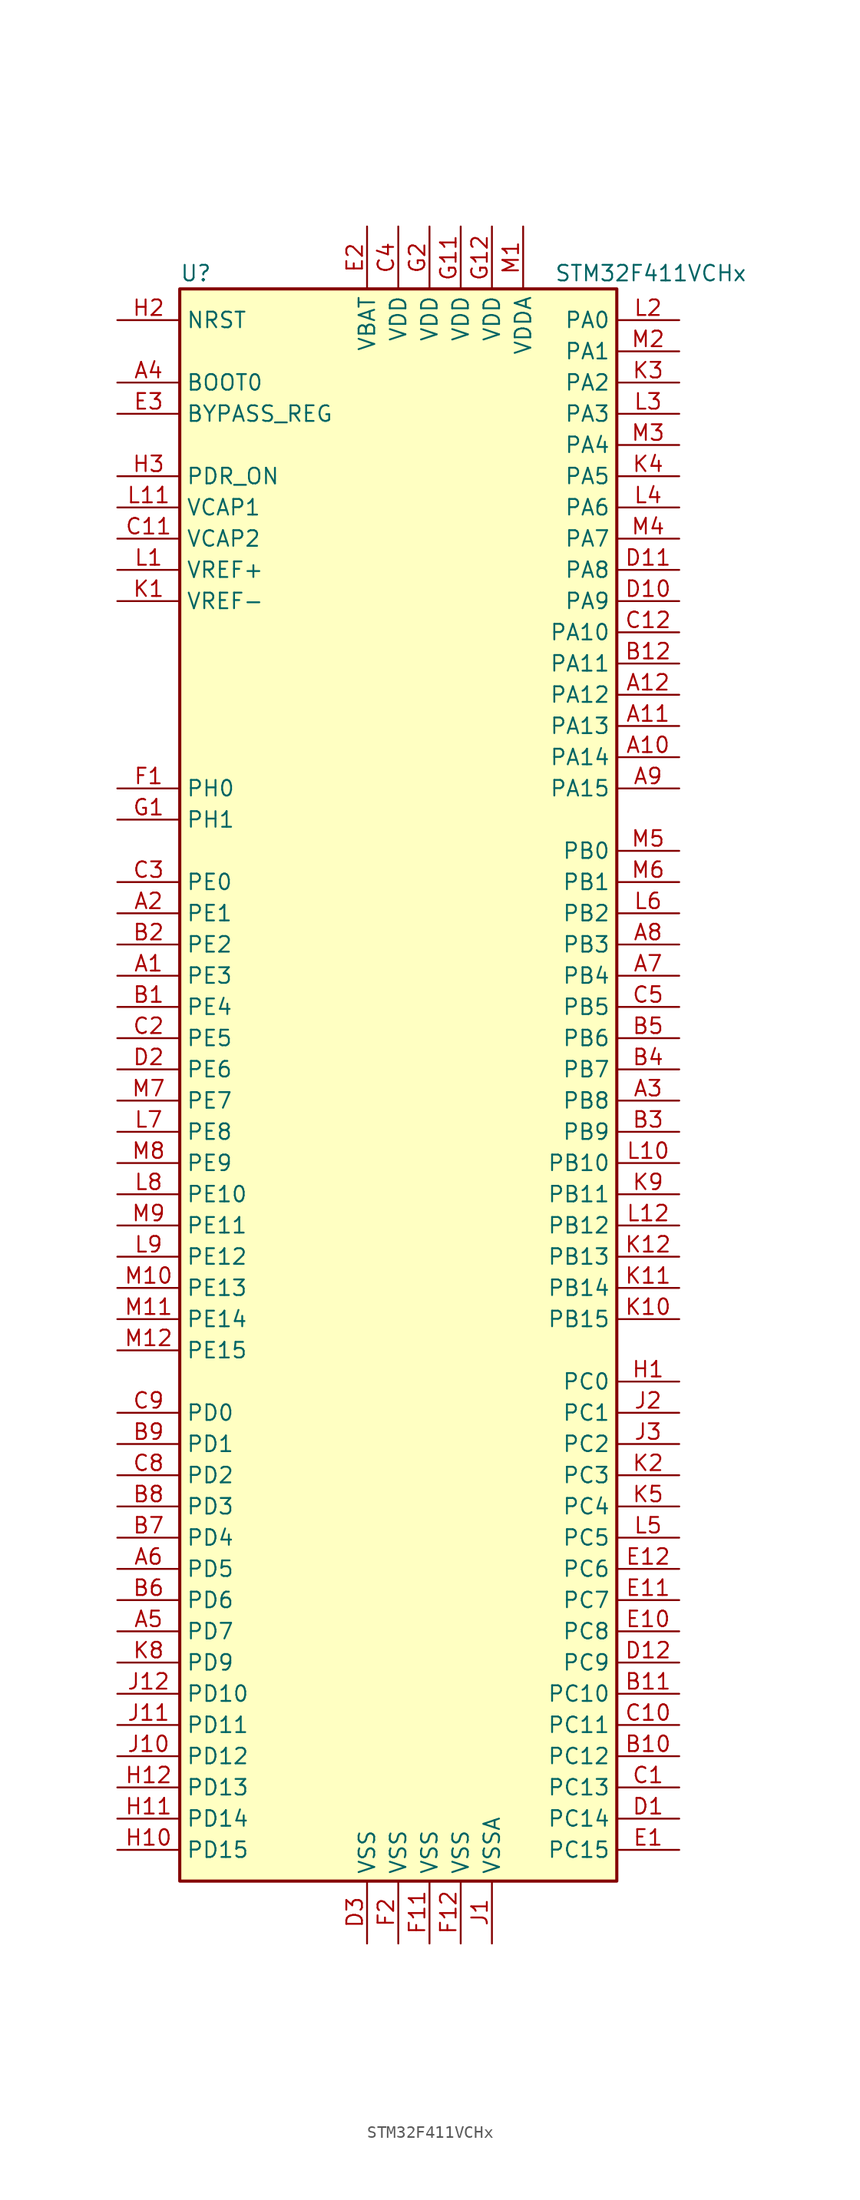
<source format=kicad_sym>
(kicad_symbol_lib
  (version 20220914)
  (generator kicad_symbol_editor)
  (symbol "STM32F411VCHx"
    (property "Reference" "U"
      (at -17.78 64.77 0)
      (effects (font (size 1.27 1.27)) (justify left)))
    (property "Value" "STM32F411VCHx"
      (at 12.7 64.77 0)
      (effects (font (size 1.27 1.27)) (justify left)))
    (symbol "STM32F411VCHx_0_1"
      (rectangle (start -17.78 -66.04) (end 17.78 63.5) (stroke (width 0.254) (type default)) (fill (type background))))
    (symbol "STM32F411VCHx_1_1"
      (pin bidirectional line (at -22.86 7.62 0) (length 5.08) (name "PE3" (effects (font (size 1.27 1.27)))) (number "A1" (effects (font (size 1.27 1.27)))))
      (pin bidirectional line (at 22.86 25.4 180) (length 5.08) (name "PA14" (effects (font (size 1.27 1.27)))) (number "A10" (effects (font (size 1.27 1.27)))))
      (pin bidirectional line (at 22.86 27.94 180) (length 5.08) (name "PA13" (effects (font (size 1.27 1.27)))) (number "A11" (effects (font (size 1.27 1.27)))))
      (pin bidirectional line (at 22.86 30.48 180) (length 5.08) (name "PA12" (effects (font (size 1.27 1.27)))) (number "A12" (effects (font (size 1.27 1.27)))))
      (pin bidirectional line (at -22.86 12.7 0) (length 5.08) (name "PE1" (effects (font (size 1.27 1.27)))) (number "A2" (effects (font (size 1.27 1.27)))))
      (pin bidirectional line (at 22.86 -2.54 180) (length 5.08) (name "PB8" (effects (font (size 1.27 1.27)))) (number "A3" (effects (font (size 1.27 1.27)))))
      (pin input line (at -22.86 55.88 0) (length 5.08) (name "BOOT0" (effects (font (size 1.27 1.27)))) (number "A4" (effects (font (size 1.27 1.27)))))
      (pin bidirectional line (at -22.86 -45.72 0) (length 5.08) (name "PD7" (effects (font (size 1.27 1.27)))) (number "A5" (effects (font (size 1.27 1.27)))))
      (pin bidirectional line (at -22.86 -40.64 0) (length 5.08) (name "PD5" (effects (font (size 1.27 1.27)))) (number "A6" (effects (font (size 1.27 1.27)))))
      (pin bidirectional line (at 22.86 7.62 180) (length 5.08) (name "PB4" (effects (font (size 1.27 1.27)))) (number "A7" (effects (font (size 1.27 1.27)))))
      (pin bidirectional line (at 22.86 10.16 180) (length 5.08) (name "PB3" (effects (font (size 1.27 1.27)))) (number "A8" (effects (font (size 1.27 1.27)))))
      (pin bidirectional line (at 22.86 22.86 180) (length 5.08) (name "PA15" (effects (font (size 1.27 1.27)))) (number "A9" (effects (font (size 1.27 1.27)))))
      (pin bidirectional line (at -22.86 5.08 0) (length 5.08) (name "PE4" (effects (font (size 1.27 1.27)))) (number "B1" (effects (font (size 1.27 1.27)))))
      (pin bidirectional line (at 22.86 -55.88 180) (length 5.08) (name "PC12" (effects (font (size 1.27 1.27)))) (number "B10" (effects (font (size 1.27 1.27)))))
      (pin bidirectional line (at 22.86 -50.8 180) (length 5.08) (name "PC10" (effects (font (size 1.27 1.27)))) (number "B11" (effects (font (size 1.27 1.27)))))
      (pin bidirectional line (at 22.86 33.02 180) (length 5.08) (name "PA11" (effects (font (size 1.27 1.27)))) (number "B12" (effects (font (size 1.27 1.27)))))
      (pin bidirectional line (at -22.86 10.16 0) (length 5.08) (name "PE2" (effects (font (size 1.27 1.27)))) (number "B2" (effects (font (size 1.27 1.27)))))
      (pin bidirectional line (at 22.86 -5.08 180) (length 5.08) (name "PB9" (effects (font (size 1.27 1.27)))) (number "B3" (effects (font (size 1.27 1.27)))))
      (pin bidirectional line (at 22.86 0 180) (length 5.08) (name "PB7" (effects (font (size 1.27 1.27)))) (number "B4" (effects (font (size 1.27 1.27)))))
      (pin bidirectional line (at 22.86 2.54 180) (length 5.08) (name "PB6" (effects (font (size 1.27 1.27)))) (number "B5" (effects (font (size 1.27 1.27)))))
      (pin bidirectional line (at -22.86 -43.18 0) (length 5.08) (name "PD6" (effects (font (size 1.27 1.27)))) (number "B6" (effects (font (size 1.27 1.27)))))
      (pin bidirectional line (at -22.86 -38.1 0) (length 5.08) (name "PD4" (effects (font (size 1.27 1.27)))) (number "B7" (effects (font (size 1.27 1.27)))))
      (pin bidirectional line (at -22.86 -35.56 0) (length 5.08) (name "PD3" (effects (font (size 1.27 1.27)))) (number "B8" (effects (font (size 1.27 1.27)))))
      (pin bidirectional line (at -22.86 -30.48 0) (length 5.08) (name "PD1" (effects (font (size 1.27 1.27)))) (number "B9" (effects (font (size 1.27 1.27)))))
      (pin bidirectional line (at 22.86 -58.42 180) (length 5.08) (name "PC13" (effects (font (size 1.27 1.27)))) (number "C1" (effects (font (size 1.27 1.27)))))
      (pin bidirectional line (at 22.86 -53.34 180) (length 5.08) (name "PC11" (effects (font (size 1.27 1.27)))) (number "C10" (effects (font (size 1.27 1.27)))))
      (pin power_in line (at -22.86 43.18 0) (length 5.08) (name "VCAP2" (effects (font (size 1.27 1.27)))) (number "C11" (effects (font (size 1.27 1.27)))))
      (pin bidirectional line (at 22.86 35.56 180) (length 5.08) (name "PA10" (effects (font (size 1.27 1.27)))) (number "C12" (effects (font (size 1.27 1.27)))))
      (pin bidirectional line (at -22.86 2.54 0) (length 5.08) (name "PE5" (effects (font (size 1.27 1.27)))) (number "C2" (effects (font (size 1.27 1.27)))))
      (pin bidirectional line (at -22.86 15.24 0) (length 5.08) (name "PE0" (effects (font (size 1.27 1.27)))) (number "C3" (effects (font (size 1.27 1.27)))))
      (pin power_in line (at 0 68.58 270) (length 5.08) (name "VDD" (effects (font (size 1.27 1.27)))) (number "C4" (effects (font (size 1.27 1.27)))))
      (pin bidirectional line (at 22.86 5.08 180) (length 5.08) (name "PB5" (effects (font (size 1.27 1.27)))) (number "C5" (effects (font (size 1.27 1.27)))))
      (pin bidirectional line (at -22.86 -33.02 0) (length 5.08) (name "PD2" (effects (font (size 1.27 1.27)))) (number "C8" (effects (font (size 1.27 1.27)))))
      (pin bidirectional line (at -22.86 -27.94 0) (length 5.08) (name "PD0" (effects (font (size 1.27 1.27)))) (number "C9" (effects (font (size 1.27 1.27)))))
      (pin bidirectional line (at 22.86 -60.96 180) (length 5.08) (name "PC14" (effects (font (size 1.27 1.27)))) (number "D1" (effects (font (size 1.27 1.27)))))
      (pin bidirectional line (at 22.86 38.1 180) (length 5.08) (name "PA9" (effects (font (size 1.27 1.27)))) (number "D10" (effects (font (size 1.27 1.27)))))
      (pin bidirectional line (at 22.86 40.64 180) (length 5.08) (name "PA8" (effects (font (size 1.27 1.27)))) (number "D11" (effects (font (size 1.27 1.27)))))
      (pin bidirectional line (at 22.86 -48.26 180) (length 5.08) (name "PC9" (effects (font (size 1.27 1.27)))) (number "D12" (effects (font (size 1.27 1.27)))))
      (pin bidirectional line (at -22.86 0 0) (length 5.08) (name "PE6" (effects (font (size 1.27 1.27)))) (number "D2" (effects (font (size 1.27 1.27)))))
      (pin power_in line (at -2.54 -71.12 90) (length 5.08) (name "VSS" (effects (font (size 1.27 1.27)))) (number "D3" (effects (font (size 1.27 1.27)))))
      (pin bidirectional line (at 22.86 -63.5 180) (length 5.08) (name "PC15" (effects (font (size 1.27 1.27)))) (number "E1" (effects (font (size 1.27 1.27)))))
      (pin bidirectional line (at 22.86 -45.72 180) (length 5.08) (name "PC8" (effects (font (size 1.27 1.27)))) (number "E10" (effects (font (size 1.27 1.27)))))
      (pin bidirectional line (at 22.86 -43.18 180) (length 5.08) (name "PC7" (effects (font (size 1.27 1.27)))) (number "E11" (effects (font (size 1.27 1.27)))))
      (pin bidirectional line (at 22.86 -40.64 180) (length 5.08) (name "PC6" (effects (font (size 1.27 1.27)))) (number "E12" (effects (font (size 1.27 1.27)))))
      (pin power_in line (at -2.54 68.58 270) (length 5.08) (name "VBAT" (effects (font (size 1.27 1.27)))) (number "E2" (effects (font (size 1.27 1.27)))))
      (pin input line (at -22.86 53.34 0) (length 5.08) (name "BYPASS_REG" (effects (font (size 1.27 1.27)))) (number "E3" (effects (font (size 1.27 1.27)))))
      (pin input line (at -22.86 22.86 0) (length 5.08) (name "PH0" (effects (font (size 1.27 1.27)))) (number "F1" (effects (font (size 1.27 1.27)))))
      (pin power_in line (at 2.54 -71.12 90) (length 5.08) (name "VSS" (effects (font (size 1.27 1.27)))) (number "F11" (effects (font (size 1.27 1.27)))))
      (pin power_in line (at 5.08 -71.12 90) (length 5.08) (name "VSS" (effects (font (size 1.27 1.27)))) (number "F12" (effects (font (size 1.27 1.27)))))
      (pin power_in line (at 0 -71.12 90) (length 5.08) (name "VSS" (effects (font (size 1.27 1.27)))) (number "F2" (effects (font (size 1.27 1.27)))))
      (pin input line (at -22.86 20.32 0) (length 5.08) (name "PH1" (effects (font (size 1.27 1.27)))) (number "G1" (effects (font (size 1.27 1.27)))))
      (pin power_in line (at 5.08 68.58 270) (length 5.08) (name "VDD" (effects (font (size 1.27 1.27)))) (number "G11" (effects (font (size 1.27 1.27)))))
      (pin power_in line (at 7.62 68.58 270) (length 5.08) (name "VDD" (effects (font (size 1.27 1.27)))) (number "G12" (effects (font (size 1.27 1.27)))))
      (pin power_in line (at 2.54 68.58 270) (length 5.08) (name "VDD" (effects (font (size 1.27 1.27)))) (number "G2" (effects (font (size 1.27 1.27)))))
      (pin bidirectional line (at 22.86 -25.4 180) (length 5.08) (name "PC0" (effects (font (size 1.27 1.27)))) (number "H1" (effects (font (size 1.27 1.27)))))
      (pin bidirectional line (at -22.86 -63.5 0) (length 5.08) (name "PD15" (effects (font (size 1.27 1.27)))) (number "H10" (effects (font (size 1.27 1.27)))))
      (pin bidirectional line (at -22.86 -60.96 0) (length 5.08) (name "PD14" (effects (font (size 1.27 1.27)))) (number "H11" (effects (font (size 1.27 1.27)))))
      (pin bidirectional line (at -22.86 -58.42 0) (length 5.08) (name "PD13" (effects (font (size 1.27 1.27)))) (number "H12" (effects (font (size 1.27 1.27)))))
      (pin input line (at -22.86 60.96 0) (length 5.08) (name "NRST" (effects (font (size 1.27 1.27)))) (number "H2" (effects (font (size 1.27 1.27)))))
      (pin power_in line (at -22.86 48.26 0) (length 5.08) (name "PDR_ON" (effects (font (size 1.27 1.27)))) (number "H3" (effects (font (size 1.27 1.27)))))
      (pin power_in line (at 7.62 -71.12 90) (length 5.08) (name "VSSA" (effects (font (size 1.27 1.27)))) (number "J1" (effects (font (size 1.27 1.27)))))
      (pin bidirectional line (at -22.86 -55.88 0) (length 5.08) (name "PD12" (effects (font (size 1.27 1.27)))) (number "J10" (effects (font (size 1.27 1.27)))))
      (pin bidirectional line (at -22.86 -53.34 0) (length 5.08) (name "PD11" (effects (font (size 1.27 1.27)))) (number "J11" (effects (font (size 1.27 1.27)))))
      (pin bidirectional line (at -22.86 -50.8 0) (length 5.08) (name "PD10" (effects (font (size 1.27 1.27)))) (number "J12" (effects (font (size 1.27 1.27)))))
      (pin bidirectional line (at 22.86 -27.94 180) (length 5.08) (name "PC1" (effects (font (size 1.27 1.27)))) (number "J2" (effects (font (size 1.27 1.27)))))
      (pin bidirectional line (at 22.86 -30.48 180) (length 5.08) (name "PC2" (effects (font (size 1.27 1.27)))) (number "J3" (effects (font (size 1.27 1.27)))))
      (pin power_in line (at -22.86 38.1 0) (length 5.08) (name "VREF-" (effects (font (size 1.27 1.27)))) (number "K1" (effects (font (size 1.27 1.27)))))
      (pin bidirectional line (at 22.86 -20.32 180) (length 5.08) (name "PB15" (effects (font (size 1.27 1.27)))) (number "K10" (effects (font (size 1.27 1.27)))))
      (pin bidirectional line (at 22.86 -17.78 180) (length 5.08) (name "PB14" (effects (font (size 1.27 1.27)))) (number "K11" (effects (font (size 1.27 1.27)))))
      (pin bidirectional line (at 22.86 -15.24 180) (length 5.08) (name "PB13" (effects (font (size 1.27 1.27)))) (number "K12" (effects (font (size 1.27 1.27)))))
      (pin bidirectional line (at 22.86 -33.02 180) (length 5.08) (name "PC3" (effects (font (size 1.27 1.27)))) (number "K2" (effects (font (size 1.27 1.27)))))
      (pin bidirectional line (at 22.86 55.88 180) (length 5.08) (name "PA2" (effects (font (size 1.27 1.27)))) (number "K3" (effects (font (size 1.27 1.27)))))
      (pin bidirectional line (at 22.86 48.26 180) (length 5.08) (name "PA5" (effects (font (size 1.27 1.27)))) (number "K4" (effects (font (size 1.27 1.27)))))
      (pin bidirectional line (at 22.86 -35.56 180) (length 5.08) (name "PC4" (effects (font (size 1.27 1.27)))) (number "K5" (effects (font (size 1.27 1.27)))))
      (pin bidirectional line (at -22.86 -48.26 0) (length 5.08) (name "PD9" (effects (font (size 1.27 1.27)))) (number "K8" (effects (font (size 1.27 1.27)))))
      (pin bidirectional line (at 22.86 -10.16 180) (length 5.08) (name "PB11" (effects (font (size 1.27 1.27)))) (number "K9" (effects (font (size 1.27 1.27)))))
      (pin power_in line (at -22.86 40.64 0) (length 5.08) (name "VREF+" (effects (font (size 1.27 1.27)))) (number "L1" (effects (font (size 1.27 1.27)))))
      (pin bidirectional line (at 22.86 -7.62 180) (length 5.08) (name "PB10" (effects (font (size 1.27 1.27)))) (number "L10" (effects (font (size 1.27 1.27)))))
      (pin power_in line (at -22.86 45.72 0) (length 5.08) (name "VCAP1" (effects (font (size 1.27 1.27)))) (number "L11" (effects (font (size 1.27 1.27)))))
      (pin bidirectional line (at 22.86 -12.7 180) (length 5.08) (name "PB12" (effects (font (size 1.27 1.27)))) (number "L12" (effects (font (size 1.27 1.27)))))
      (pin bidirectional line (at 22.86 60.96 180) (length 5.08) (name "PA0" (effects (font (size 1.27 1.27)))) (number "L2" (effects (font (size 1.27 1.27)))))
      (pin bidirectional line (at 22.86 53.34 180) (length 5.08) (name "PA3" (effects (font (size 1.27 1.27)))) (number "L3" (effects (font (size 1.27 1.27)))))
      (pin bidirectional line (at 22.86 45.72 180) (length 5.08) (name "PA6" (effects (font (size 1.27 1.27)))) (number "L4" (effects (font (size 1.27 1.27)))))
      (pin bidirectional line (at 22.86 -38.1 180) (length 5.08) (name "PC5" (effects (font (size 1.27 1.27)))) (number "L5" (effects (font (size 1.27 1.27)))))
      (pin bidirectional line (at 22.86 12.7 180) (length 5.08) (name "PB2" (effects (font (size 1.27 1.27)))) (number "L6" (effects (font (size 1.27 1.27)))))
      (pin bidirectional line (at -22.86 -5.08 0) (length 5.08) (name "PE8" (effects (font (size 1.27 1.27)))) (number "L7" (effects (font (size 1.27 1.27)))))
      (pin bidirectional line (at -22.86 -10.16 0) (length 5.08) (name "PE10" (effects (font (size 1.27 1.27)))) (number "L8" (effects (font (size 1.27 1.27)))))
      (pin bidirectional line (at -22.86 -15.24 0) (length 5.08) (name "PE12" (effects (font (size 1.27 1.27)))) (number "L9" (effects (font (size 1.27 1.27)))))
      (pin power_in line (at 10.16 68.58 270) (length 5.08) (name "VDDA" (effects (font (size 1.27 1.27)))) (number "M1" (effects (font (size 1.27 1.27)))))
      (pin bidirectional line (at -22.86 -17.78 0) (length 5.08) (name "PE13" (effects (font (size 1.27 1.27)))) (number "M10" (effects (font (size 1.27 1.27)))))
      (pin bidirectional line (at -22.86 -20.32 0) (length 5.08) (name "PE14" (effects (font (size 1.27 1.27)))) (number "M11" (effects (font (size 1.27 1.27)))))
      (pin bidirectional line (at -22.86 -22.86 0) (length 5.08) (name "PE15" (effects (font (size 1.27 1.27)))) (number "M12" (effects (font (size 1.27 1.27)))))
      (pin bidirectional line (at 22.86 58.42 180) (length 5.08) (name "PA1" (effects (font (size 1.27 1.27)))) (number "M2" (effects (font (size 1.27 1.27)))))
      (pin bidirectional line (at 22.86 50.8 180) (length 5.08) (name "PA4" (effects (font (size 1.27 1.27)))) (number "M3" (effects (font (size 1.27 1.27)))))
      (pin bidirectional line (at 22.86 43.18 180) (length 5.08) (name "PA7" (effects (font (size 1.27 1.27)))) (number "M4" (effects (font (size 1.27 1.27)))))
      (pin bidirectional line (at 22.86 17.78 180) (length 5.08) (name "PB0" (effects (font (size 1.27 1.27)))) (number "M5" (effects (font (size 1.27 1.27)))))
      (pin bidirectional line (at 22.86 15.24 180) (length 5.08) (name "PB1" (effects (font (size 1.27 1.27)))) (number "M6" (effects (font (size 1.27 1.27)))))
      (pin bidirectional line (at -22.86 -2.54 0) (length 5.08) (name "PE7" (effects (font (size 1.27 1.27)))) (number "M7" (effects (font (size 1.27 1.27)))))
      (pin bidirectional line (at -22.86 -7.62 0) (length 5.08) (name "PE9" (effects (font (size 1.27 1.27)))) (number "M8" (effects (font (size 1.27 1.27)))))
      (pin bidirectional line (at -22.86 -12.7 0) (length 5.08) (name "PE11" (effects (font (size 1.27 1.27)))) (number "M9" (effects (font (size 1.27 1.27))))))))
</source>
